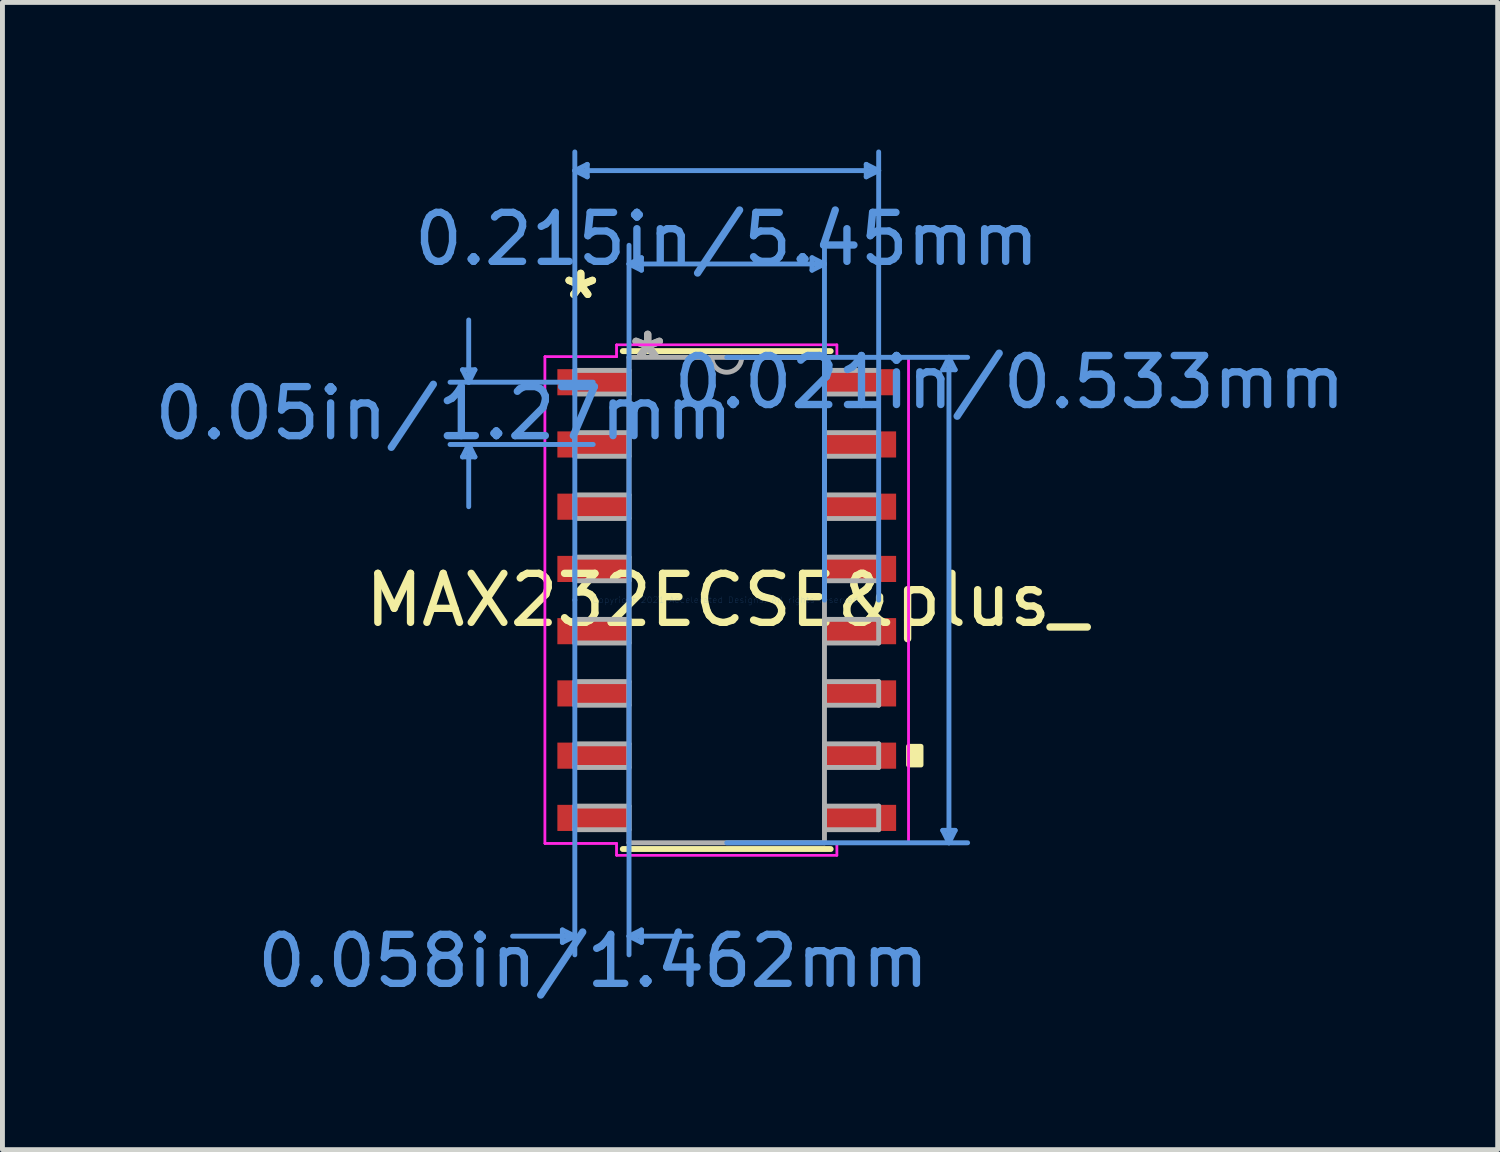
<source format=kicad_pcb>
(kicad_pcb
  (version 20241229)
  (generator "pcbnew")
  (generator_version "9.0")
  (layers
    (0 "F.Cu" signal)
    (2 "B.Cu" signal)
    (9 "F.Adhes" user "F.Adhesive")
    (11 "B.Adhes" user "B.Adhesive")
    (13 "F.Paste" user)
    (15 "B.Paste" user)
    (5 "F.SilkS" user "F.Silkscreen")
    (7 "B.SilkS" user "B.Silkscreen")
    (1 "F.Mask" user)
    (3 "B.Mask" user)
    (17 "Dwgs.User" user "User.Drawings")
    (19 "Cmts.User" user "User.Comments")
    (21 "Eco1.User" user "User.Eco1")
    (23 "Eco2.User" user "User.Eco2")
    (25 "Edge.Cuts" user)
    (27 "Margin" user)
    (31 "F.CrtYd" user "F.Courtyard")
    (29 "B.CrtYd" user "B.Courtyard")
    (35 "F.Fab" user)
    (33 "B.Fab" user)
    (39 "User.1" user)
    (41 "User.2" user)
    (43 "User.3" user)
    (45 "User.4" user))
  (footprint "MAX232ECSE&plus_"
    (layer "F.Cu")
    (at 11.779 9.194)
    (property "Reference" "MAX232ECSE&plus_" (at 0 0 0) (layer "F.SilkS") (effects (font (size 1 1) (thickness 0.15))))
    (attr through_hole)
    (fp_line (start -2.121 5.08) (end 2.121 5.08) (stroke (width 0.12) (type solid)) (layer "F.SilkS"))
    (fp_line (start 2.121 -5.08) (end -2.121 -5.08) (stroke (width 0.12) (type solid)) (layer "F.SilkS"))
    (fp_poly (pts (xy 3.964 2.985) (xy 3.964 3.365) (xy 3.71 3.365) (xy 3.71 2.985)) (stroke (width 0.1) (type solid)) (fill yes) (layer "F.SilkS"))
    (fp_line (start -5.392 -4.699) (end -5.138 -4.699) (stroke (width 0.1) (type solid)) (layer "Cmts.User"))
    (fp_line (start -5.392 -2.921) (end -5.138 -2.921) (stroke (width 0.1) (type solid)) (layer "Cmts.User"))
    (fp_line (start -5.265 -4.445) (end -5.392 -4.699) (stroke (width 0.1) (type solid)) (layer "Cmts.User"))
    (fp_line (start -5.265 -4.445) (end -5.265 -5.715) (stroke (width 0.1) (type solid)) (layer "Cmts.User"))
    (fp_line (start -5.265 -4.445) (end -5.138 -4.699) (stroke (width 0.1) (type solid)) (layer "Cmts.User"))
    (fp_line (start -5.265 -3.175) (end -5.392 -2.921) (stroke (width 0.1) (type solid)) (layer "Cmts.User"))
    (fp_line (start -5.265 -3.175) (end -5.265 -1.905) (stroke (width 0.1) (type solid)) (layer "Cmts.User"))
    (fp_line (start -5.265 -3.175) (end -5.138 -2.921) (stroke (width 0.1) (type solid)) (layer "Cmts.User"))
    (fp_line (start -3.354 6.731) (end -3.354 6.985) (stroke (width 0.1) (type solid)) (layer "Cmts.User"))
    (fp_line (start -3.1 -8.763) (end -2.846 -8.89) (stroke (width 0.1) (type solid)) (layer "Cmts.User"))
    (fp_line (start -3.1 -8.763) (end -2.846 -8.636) (stroke (width 0.1) (type solid)) (layer "Cmts.User"))
    (fp_line (start -3.1 -8.763) (end 3.1 -8.763) (stroke (width 0.1) (type solid)) (layer "Cmts.User"))
    (fp_line (start -3.1 0) (end -3.1 -9.144) (stroke (width 0.1) (type solid)) (layer "Cmts.User"))
    (fp_line (start -3.1 0) (end -3.1 7.239) (stroke (width 0.1) (type solid)) (layer "Cmts.User"))
    (fp_line (start -3.1 6.858) (end -4.37 6.858) (stroke (width 0.1) (type solid)) (layer "Cmts.User"))
    (fp_line (start -3.1 6.858) (end -3.354 6.731) (stroke (width 0.1) (type solid)) (layer "Cmts.User"))
    (fp_line (start -3.1 6.858) (end -3.354 6.985) (stroke (width 0.1) (type solid)) (layer "Cmts.User"))
    (fp_line (start -2.846 -8.89) (end -2.846 -8.636) (stroke (width 0.1) (type solid)) (layer "Cmts.User"))
    (fp_line (start -2.725 -4.445) (end -5.646 -4.445) (stroke (width 0.1) (type solid)) (layer "Cmts.User"))
    (fp_line (start -2.725 -3.175) (end -5.646 -3.175) (stroke (width 0.1) (type solid)) (layer "Cmts.User"))
    (fp_line (start -1.994 -6.858) (end -1.74 -6.985) (stroke (width 0.1) (type solid)) (layer "Cmts.User"))
    (fp_line (start -1.994 -6.858) (end -1.74 -6.731) (stroke (width 0.1) (type solid)) (layer "Cmts.User"))
    (fp_line (start -1.994 -6.858) (end 1.994 -6.858) (stroke (width 0.1) (type solid)) (layer "Cmts.User"))
    (fp_line (start -1.994 0) (end -1.994 -7.239) (stroke (width 0.1) (type solid)) (layer "Cmts.User"))
    (fp_line (start -1.994 0) (end -1.994 7.239) (stroke (width 0.1) (type solid)) (layer "Cmts.User"))
    (fp_line (start -1.994 6.858) (end -1.74 6.731) (stroke (width 0.1) (type solid)) (layer "Cmts.User"))
    (fp_line (start -1.994 6.858) (end -1.74 6.985) (stroke (width 0.1) (type solid)) (layer "Cmts.User"))
    (fp_line (start -1.994 6.858) (end -0.724 6.858) (stroke (width 0.1) (type solid)) (layer "Cmts.User"))
    (fp_line (start -1.74 -6.985) (end -1.74 -6.731) (stroke (width 0.1) (type solid)) (layer "Cmts.User"))
    (fp_line (start -1.74 6.731) (end -1.74 6.985) (stroke (width 0.1) (type solid)) (layer "Cmts.User"))
    (fp_line (start 0 -4.953) (end 4.915 -4.953) (stroke (width 0.1) (type solid)) (layer "Cmts.User"))
    (fp_line (start 0 4.953) (end 4.915 4.953) (stroke (width 0.1) (type solid)) (layer "Cmts.User"))
    (fp_line (start 1.74 -6.985) (end 1.74 -6.731) (stroke (width 0.1) (type solid)) (layer "Cmts.User"))
    (fp_line (start 1.994 -6.858) (end 1.74 -6.985) (stroke (width 0.1) (type solid)) (layer "Cmts.User"))
    (fp_line (start 1.994 -6.858) (end 1.74 -6.731) (stroke (width 0.1) (type solid)) (layer "Cmts.User"))
    (fp_line (start 1.994 0) (end 1.994 -7.239) (stroke (width 0.1) (type solid)) (layer "Cmts.User"))
    (fp_line (start 2.846 -8.89) (end 2.846 -8.636) (stroke (width 0.1) (type solid)) (layer "Cmts.User"))
    (fp_line (start 3.1 -8.763) (end 2.846 -8.89) (stroke (width 0.1) (type solid)) (layer "Cmts.User"))
    (fp_line (start 3.1 -8.763) (end 2.846 -8.636) (stroke (width 0.1) (type solid)) (layer "Cmts.User"))
    (fp_line (start 3.1 0) (end 3.1 -9.144) (stroke (width 0.1) (type solid)) (layer "Cmts.User"))
    (fp_line (start 4.407 -4.699) (end 4.661 -4.699) (stroke (width 0.1) (type solid)) (layer "Cmts.User"))
    (fp_line (start 4.407 4.699) (end 4.661 4.699) (stroke (width 0.1) (type solid)) (layer "Cmts.User"))
    (fp_line (start 4.534 -4.953) (end 4.407 -4.699) (stroke (width 0.1) (type solid)) (layer "Cmts.User"))
    (fp_line (start 4.534 -4.953) (end 4.534 4.953) (stroke (width 0.1) (type solid)) (layer "Cmts.User"))
    (fp_line (start 4.534 -4.953) (end 4.661 -4.699) (stroke (width 0.1) (type solid)) (layer "Cmts.User"))
    (fp_line (start 4.534 4.953) (end 4.407 4.699) (stroke (width 0.1) (type solid)) (layer "Cmts.User"))
    (fp_line (start 4.534 4.953) (end 4.661 4.699) (stroke (width 0.1) (type solid)) (layer "Cmts.User"))
    (fp_line (start -3.71 -4.966) (end -2.248 -4.966) (stroke (width 0.05) (type solid)) (layer "F.CrtYd"))
    (fp_line (start -3.71 -4.966) (end -2.248 -4.966) (stroke (width 0.05) (type solid)) (layer "F.CrtYd"))
    (fp_line (start -3.71 4.966) (end -3.71 -4.966) (stroke (width 0.05) (type solid)) (layer "F.CrtYd"))
    (fp_line (start -3.71 4.966) (end -3.71 -4.966) (stroke (width 0.05) (type solid)) (layer "F.CrtYd"))
    (fp_line (start -3.71 4.966) (end -2.248 4.966) (stroke (width 0.05) (type solid)) (layer "F.CrtYd"))
    (fp_line (start -2.248 -5.207) (end 2.248 -5.207) (stroke (width 0.05) (type solid)) (layer "F.CrtYd"))
    (fp_line (start -2.248 -5.207) (end 2.248 -5.207) (stroke (width 0.05) (type solid)) (layer "F.CrtYd"))
    (fp_line (start -2.248 -4.966) (end -2.248 -5.207) (stroke (width 0.05) (type solid)) (layer "F.CrtYd"))
    (fp_line (start -2.248 -4.966) (end -2.248 -5.207) (stroke (width 0.05) (type solid)) (layer "F.CrtYd"))
    (fp_line (start -2.248 4.966) (end -3.71 4.966) (stroke (width 0.05) (type solid)) (layer "F.CrtYd"))
    (fp_line (start -2.248 5.207) (end -2.248 4.966) (stroke (width 0.05) (type solid)) (layer "F.CrtYd"))
    (fp_line (start -2.248 5.207) (end -2.248 4.966) (stroke (width 0.05) (type solid)) (layer "F.CrtYd"))
    (fp_line (start 2.248 -5.207) (end 2.248 -4.966) (stroke (width 0.05) (type solid)) (layer "F.CrtYd"))
    (fp_line (start 2.248 -5.207) (end 2.248 -4.966) (stroke (width 0.05) (type solid)) (layer "F.CrtYd"))
    (fp_line (start 2.248 -4.966) (end 3.71 -4.966) (stroke (width 0.05) (type solid)) (layer "F.CrtYd"))
    (fp_line (start 2.248 4.966) (end 2.248 5.207) (stroke (width 0.05) (type solid)) (layer "F.CrtYd"))
    (fp_line (start 2.248 4.966) (end 2.248 5.207) (stroke (width 0.05) (type solid)) (layer "F.CrtYd"))
    (fp_line (start 2.248 5.207) (end -2.248 5.207) (stroke (width 0.05) (type solid)) (layer "F.CrtYd"))
    (fp_line (start 2.248 5.207) (end -2.248 5.207) (stroke (width 0.05) (type solid)) (layer "F.CrtYd"))
    (fp_line (start 3.71 -4.966) (end 2.248 -4.966) (stroke (width 0.05) (type solid)) (layer "F.CrtYd"))
    (fp_line (start 3.71 -4.966) (end 3.71 4.966) (stroke (width 0.05) (type solid)) (layer "F.CrtYd"))
    (fp_line (start 3.71 -4.966) (end 3.71 4.966) (stroke (width 0.05) (type solid)) (layer "F.CrtYd"))
    (fp_line (start 3.71 4.966) (end 2.248 4.966) (stroke (width 0.05) (type solid)) (layer "F.CrtYd"))
    (fp_line (start 3.71 4.966) (end 2.248 4.966) (stroke (width 0.05) (type solid)) (layer "F.CrtYd"))
    (fp_line (start -3.1 -4.686) (end -3.1 -4.204) (stroke (width 0.1) (type solid)) (layer "F.Fab"))
    (fp_line (start -3.1 -4.204) (end -1.994 -4.204) (stroke (width 0.1) (type solid)) (layer "F.Fab"))
    (fp_line (start -3.1 -3.416) (end -3.1 -2.934) (stroke (width 0.1) (type solid)) (layer "F.Fab"))
    (fp_line (start -3.1 -2.934) (end -1.994 -2.934) (stroke (width 0.1) (type solid)) (layer "F.Fab"))
    (fp_line (start -3.1 -2.146) (end -3.1 -1.664) (stroke (width 0.1) (type solid)) (layer "F.Fab"))
    (fp_line (start -3.1 -1.664) (end -1.994 -1.664) (stroke (width 0.1) (type solid)) (layer "F.Fab"))
    (fp_line (start -3.1 -0.876) (end -3.1 -0.394) (stroke (width 0.1) (type solid)) (layer "F.Fab"))
    (fp_line (start -3.1 -0.394) (end -1.994 -0.394) (stroke (width 0.1) (type solid)) (layer "F.Fab"))
    (fp_line (start -3.1 0.394) (end -3.1 0.876) (stroke (width 0.1) (type solid)) (layer "F.Fab"))
    (fp_line (start -3.1 0.876) (end -1.994 0.876) (stroke (width 0.1) (type solid)) (layer "F.Fab"))
    (fp_line (start -3.1 1.664) (end -3.1 2.146) (stroke (width 0.1) (type solid)) (layer "F.Fab"))
    (fp_line (start -3.1 2.146) (end -1.994 2.146) (stroke (width 0.1) (type solid)) (layer "F.Fab"))
    (fp_line (start -3.1 2.934) (end -3.1 3.416) (stroke (width 0.1) (type solid)) (layer "F.Fab"))
    (fp_line (start -3.1 3.416) (end -1.994 3.416) (stroke (width 0.1) (type solid)) (layer "F.Fab"))
    (fp_line (start -3.1 4.204) (end -3.1 4.686) (stroke (width 0.1) (type solid)) (layer "F.Fab"))
    (fp_line (start -3.1 4.686) (end -1.994 4.686) (stroke (width 0.1) (type solid)) (layer "F.Fab"))
    (fp_line (start -1.994 -4.953) (end -1.994 4.953) (stroke (width 0.1) (type solid)) (layer "F.Fab"))
    (fp_line (start -1.994 -4.686) (end -3.1 -4.686) (stroke (width 0.1) (type solid)) (layer "F.Fab"))
    (fp_line (start -1.994 -4.204) (end -1.994 -4.686) (stroke (width 0.1) (type solid)) (layer "F.Fab"))
    (fp_line (start -1.994 -3.416) (end -3.1 -3.416) (stroke (width 0.1) (type solid)) (layer "F.Fab"))
    (fp_line (start -1.994 -2.934) (end -1.994 -3.416) (stroke (width 0.1) (type solid)) (layer "F.Fab"))
    (fp_line (start -1.994 -2.146) (end -3.1 -2.146) (stroke (width 0.1) (type solid)) (layer "F.Fab"))
    (fp_line (start -1.994 -1.664) (end -1.994 -2.146) (stroke (width 0.1) (type solid)) (layer "F.Fab"))
    (fp_line (start -1.994 -0.876) (end -3.1 -0.876) (stroke (width 0.1) (type solid)) (layer "F.Fab"))
    (fp_line (start -1.994 -0.394) (end -1.994 -0.876) (stroke (width 0.1) (type solid)) (layer "F.Fab"))
    (fp_line (start -1.994 0.394) (end -3.1 0.394) (stroke (width 0.1) (type solid)) (layer "F.Fab"))
    (fp_line (start -1.994 0.876) (end -1.994 0.394) (stroke (width 0.1) (type solid)) (layer "F.Fab"))
    (fp_line (start -1.994 1.664) (end -3.1 1.664) (stroke (width 0.1) (type solid)) (layer "F.Fab"))
    (fp_line (start -1.994 2.146) (end -1.994 1.664) (stroke (width 0.1) (type solid)) (layer "F.Fab"))
    (fp_line (start -1.994 2.934) (end -3.1 2.934) (stroke (width 0.1) (type solid)) (layer "F.Fab"))
    (fp_line (start -1.994 3.416) (end -1.994 2.934) (stroke (width 0.1) (type solid)) (layer "F.Fab"))
    (fp_line (start -1.994 4.204) (end -3.1 4.204) (stroke (width 0.1) (type solid)) (layer "F.Fab"))
    (fp_line (start -1.994 4.686) (end -1.994 4.204) (stroke (width 0.1) (type solid)) (layer "F.Fab"))
    (fp_line (start -1.994 4.953) (end 1.994 4.953) (stroke (width 0.1) (type solid)) (layer "F.Fab"))
    (fp_line (start 1.994 -4.953) (end -1.994 -4.953) (stroke (width 0.1) (type solid)) (layer "F.Fab"))
    (fp_line (start 1.994 -4.686) (end 1.994 -4.204) (stroke (width 0.1) (type solid)) (layer "F.Fab"))
    (fp_line (start 1.994 -4.204) (end 3.1 -4.204) (stroke (width 0.1) (type solid)) (layer "F.Fab"))
    (fp_line (start 1.994 -3.416) (end 1.994 -2.934) (stroke (width 0.1) (type solid)) (layer "F.Fab"))
    (fp_line (start 1.994 -2.934) (end 3.1 -2.934) (stroke (width 0.1) (type solid)) (layer "F.Fab"))
    (fp_line (start 1.994 -2.146) (end 1.994 -1.664) (stroke (width 0.1) (type solid)) (layer "F.Fab"))
    (fp_line (start 1.994 -1.664) (end 3.1 -1.664) (stroke (width 0.1) (type solid)) (layer "F.Fab"))
    (fp_line (start 1.994 -0.876) (end 1.994 -0.394) (stroke (width 0.1) (type solid)) (layer "F.Fab"))
    (fp_line (start 1.994 -0.394) (end 3.1 -0.394) (stroke (width 0.1) (type solid)) (layer "F.Fab"))
    (fp_line (start 1.994 0.394) (end 1.994 0.876) (stroke (width 0.1) (type solid)) (layer "F.Fab"))
    (fp_line (start 1.994 0.876) (end 3.1 0.876) (stroke (width 0.1) (type solid)) (layer "F.Fab"))
    (fp_line (start 1.994 1.664) (end 1.994 2.146) (stroke (width 0.1) (type solid)) (layer "F.Fab"))
    (fp_line (start 1.994 2.146) (end 3.1 2.146) (stroke (width 0.1) (type solid)) (layer "F.Fab"))
    (fp_line (start 1.994 2.934) (end 1.994 3.416) (stroke (width 0.1) (type solid)) (layer "F.Fab"))
    (fp_line (start 1.994 3.416) (end 3.1 3.416) (stroke (width 0.1) (type solid)) (layer "F.Fab"))
    (fp_line (start 1.994 4.204) (end 1.994 4.686) (stroke (width 0.1) (type solid)) (layer "F.Fab"))
    (fp_line (start 1.994 4.686) (end 3.1 4.686) (stroke (width 0.1) (type solid)) (layer "F.Fab"))
    (fp_line (start 1.994 4.953) (end 1.994 -4.953) (stroke (width 0.1) (type solid)) (layer "F.Fab"))
    (fp_line (start 3.1 -4.686) (end 1.994 -4.686) (stroke (width 0.1) (type solid)) (layer "F.Fab"))
    (fp_line (start 3.1 -4.204) (end 3.1 -4.686) (stroke (width 0.1) (type solid)) (layer "F.Fab"))
    (fp_line (start 3.1 -3.416) (end 1.994 -3.416) (stroke (width 0.1) (type solid)) (layer "F.Fab"))
    (fp_line (start 3.1 -2.934) (end 3.1 -3.416) (stroke (width 0.1) (type solid)) (layer "F.Fab"))
    (fp_line (start 3.1 -2.146) (end 1.994 -2.146) (stroke (width 0.1) (type solid)) (layer "F.Fab"))
    (fp_line (start 3.1 -1.664) (end 3.1 -2.146) (stroke (width 0.1) (type solid)) (layer "F.Fab"))
    (fp_line (start 3.1 -0.876) (end 1.994 -0.876) (stroke (width 0.1) (type solid)) (layer "F.Fab"))
    (fp_line (start 3.1 -0.394) (end 3.1 -0.876) (stroke (width 0.1) (type solid)) (layer "F.Fab"))
    (fp_line (start 3.1 0.394) (end 1.994 0.394) (stroke (width 0.1) (type solid)) (layer "F.Fab"))
    (fp_line (start 3.1 0.876) (end 3.1 0.394) (stroke (width 0.1) (type solid)) (layer "F.Fab"))
    (fp_line (start 3.1 1.664) (end 1.994 1.664) (stroke (width 0.1) (type solid)) (layer "F.Fab"))
    (fp_line (start 3.1 2.146) (end 3.1 1.664) (stroke (width 0.1) (type solid)) (layer "F.Fab"))
    (fp_line (start 3.1 2.934) (end 1.994 2.934) (stroke (width 0.1) (type solid)) (layer "F.Fab"))
    (fp_line (start 3.1 3.416) (end 3.1 2.934) (stroke (width 0.1) (type solid)) (layer "F.Fab"))
    (fp_line (start 3.1 4.204) (end 1.994 4.204) (stroke (width 0.1) (type solid)) (layer "F.Fab"))
    (fp_line (start 3.1 4.686) (end 3.1 4.204) (stroke (width 0.1) (type solid)) (layer "F.Fab"))
    (fp_arc (start 0.3048 -4.953) (mid 0 -4.6482) (end -0.3048 -4.953) (stroke (width 0.1) (type solid)) (layer "F.Fab"))
    (fp_text user "*" (at -2.979 -6.121 0) (layer "F.SilkS") (effects (font (size 1 1) (thickness 0.15))))
    (fp_text user "*" (at -2.979 -6.121 0) (layer "F.SilkS") (effects (font (size 1 1) (thickness 0.15))))
    (fp_text user "Copyright 2021 Accelerated Designs. All rights reserved." (at 0 0 0) (layer "Cmts.User") (effects (font (size 0.127 0.127) (thickness 0.002))))
    (fp_text user "0.058in/1.462mm" (at -2.725 7.366 0) (layer "Cmts.User") (effects (font (size 1 1) (thickness 0.15))))
    (fp_text user "0.215in/5.45mm" (at 0 -7.366 0) (layer "Cmts.User") (effects (font (size 1 1) (thickness 0.15))))
    (fp_text user "0.021in/0.533mm" (at 5.773 -4.445 0) (layer "Cmts.User") (effects (font (size 1 1) (thickness 0.15))))
    (fp_text user "0.05in/1.27mm" (at -5.773 -3.81 0) (layer "Cmts.User") (effects (font (size 1 1) (thickness 0.15))))
    (fp_text user "*" (at -1.613 -4.877 0) (layer "F.Fab") (effects (font (size 1 1) (thickness 0.15))))
    (fp_text user "*" (at -1.613 -4.877 0) (layer "F.Fab") (effects (font (size 1 1) (thickness 0.15))))
    (pad "1" smd rect (at -2.725 -4.445) (size 1.462 0.533) (layers "F.Cu" "F.Mask" "F.Paste"))
    (pad "2" smd rect (at -2.725 -3.175) (size 1.462 0.533) (layers "F.Cu" "F.Mask" "F.Paste"))
    (pad "3" smd rect (at -2.725 -1.905) (size 1.462 0.533) (layers "F.Cu" "F.Mask" "F.Paste"))
    (pad "4" smd rect (at -2.725 -0.635) (size 1.462 0.533) (layers "F.Cu" "F.Mask" "F.Paste"))
    (pad "5" smd rect (at -2.725 0.635) (size 1.462 0.533) (layers "F.Cu" "F.Mask" "F.Paste"))
    (pad "6" smd rect (at -2.725 1.905) (size 1.462 0.533) (layers "F.Cu" "F.Mask" "F.Paste"))
    (pad "7" smd rect (at -2.725 3.175) (size 1.462 0.533) (layers "F.Cu" "F.Mask" "F.Paste"))
    (pad "8" smd rect (at -2.725 4.445) (size 1.462 0.533) (layers "F.Cu" "F.Mask" "F.Paste"))
    (pad "9" smd rect (at 2.725 4.445) (size 1.462 0.533) (layers "F.Cu" "F.Mask" "F.Paste"))
    (pad "10" smd rect (at 2.725 3.175) (size 1.462 0.533) (layers "F.Cu" "F.Mask" "F.Paste"))
    (pad "11" smd rect (at 2.725 1.905) (size 1.462 0.533) (layers "F.Cu" "F.Mask" "F.Paste"))
    (pad "12" smd rect (at 2.725 0.635) (size 1.462 0.533) (layers "F.Cu" "F.Mask" "F.Paste"))
    (pad "13" smd rect (at 2.725 -0.635) (size 1.462 0.533) (layers "F.Cu" "F.Mask" "F.Paste"))
    (pad "14" smd rect (at 2.725 -1.905) (size 1.462 0.533) (layers "F.Cu" "F.Mask" "F.Paste"))
    (pad "15" smd rect (at 2.725 -3.175) (size 1.462 0.533) (layers "F.Cu" "F.Mask" "F.Paste"))
    (pad "16" smd rect (at 2.725 -4.445) (size 1.462 0.533) (layers "F.Cu" "F.Mask" "F.Paste")))
  (gr_rect
    (start -3 -3)
    (end 27.51 20.408)
    (stroke (width 0.1) (type default))
    (fill no)
    (layer "Edge.Cuts")))
</source>
